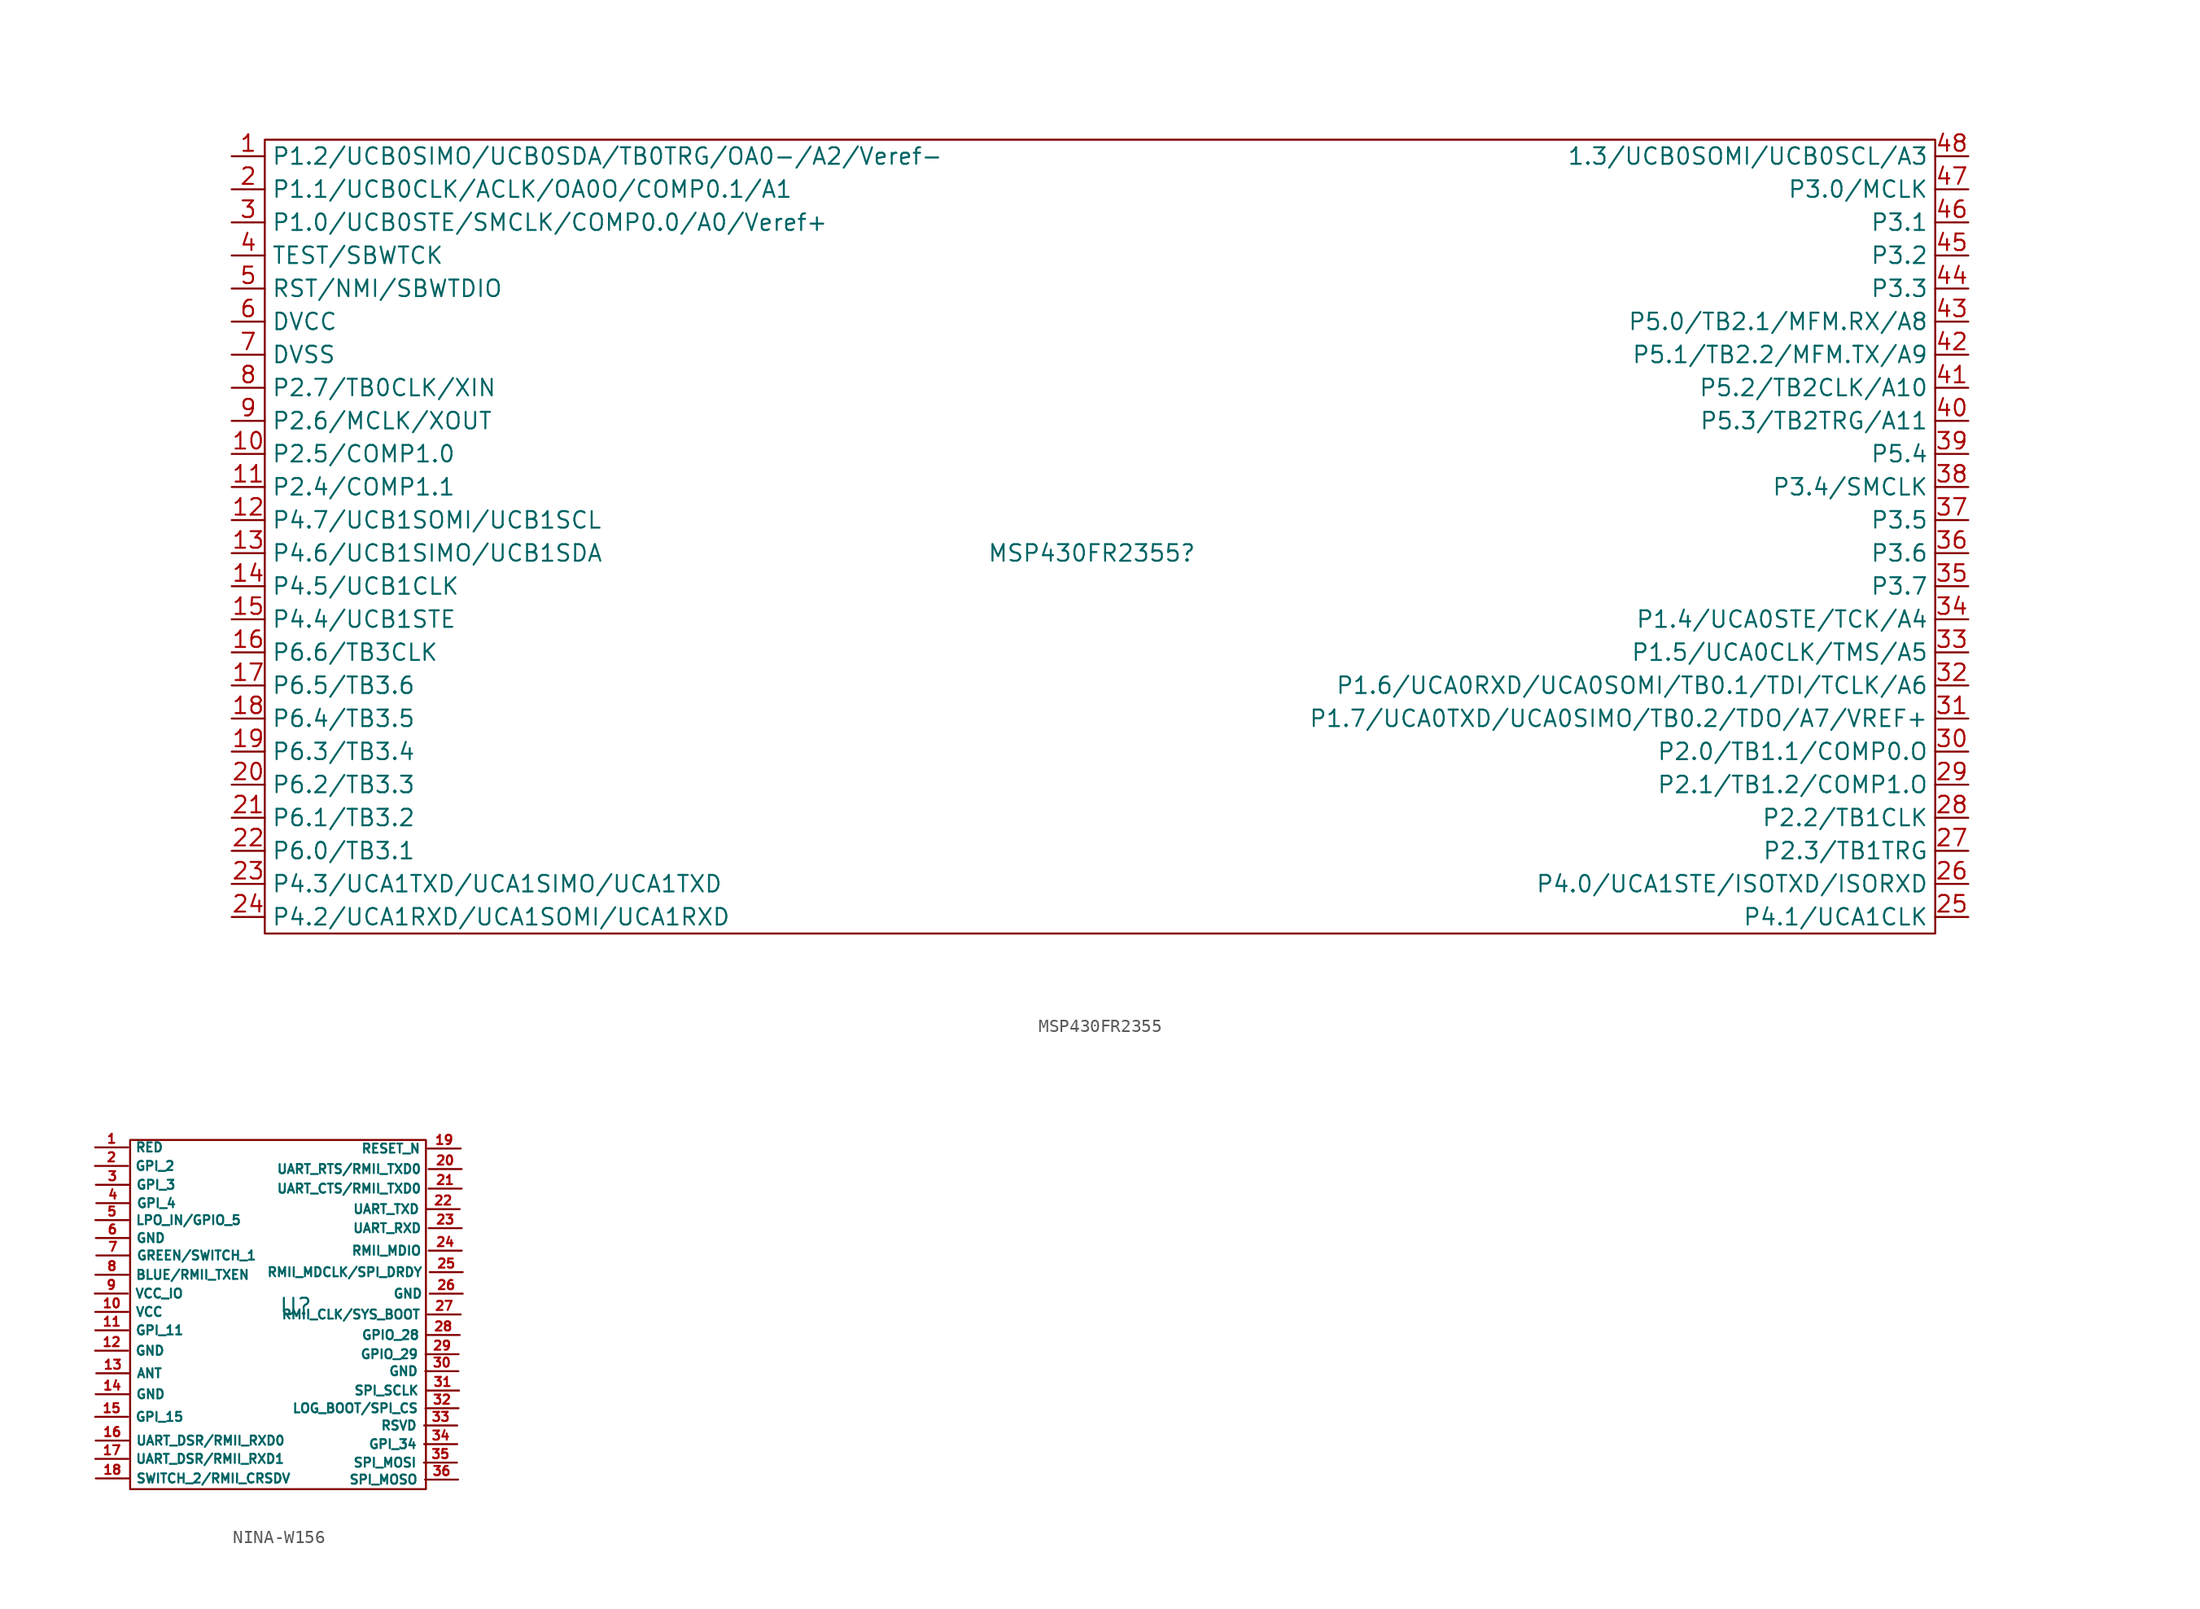
<source format=kicad_sym>
(kicad_symbol_lib
  (version 20220914)
  (generator kicad_symbol_editor)
  (symbol "MSP430FR2355"
    (property "Reference" "MSP430FR2355"
      (at 0 0 0)
      (effects (font (size 1.27 1.27))))
    (property "Value" ""
      (at 0 0 0)
      (effects (font (size 1.27 1.27))))
    (symbol "MSP430FR2355_0_1"
      (rectangle (start -63.5 31.75) (end 64.77 -29.21) (stroke (width 0) (type default)) (fill (type none))))
    (symbol "MSP430FR2355_1_1"
      (pin bidirectional line (at -66.04 30.48 0) (length 2.54) (name "P1.2/UCB0SIMO/UCB0SDA/TB0TRG/OA0-/A2/Veref-" (effects (font (size 1.27 1.27)))) (number "1" (effects (font (size 1.27 1.27)))))
      (pin bidirectional line (at -66.04 7.62 0) (length 2.54) (name "P2.5/COMP1.0" (effects (font (size 1.27 1.27)))) (number "10" (effects (font (size 1.27 1.27)))))
      (pin bidirectional line (at -66.04 5.08 0) (length 2.54) (name "P2.4/COMP1.1" (effects (font (size 1.27 1.27)))) (number "11" (effects (font (size 1.27 1.27)))))
      (pin bidirectional line (at -66.04 2.54 0) (length 2.54) (name "P4.7/UCB1SOMI/UCB1SCL" (effects (font (size 1.27 1.27)))) (number "12" (effects (font (size 1.27 1.27)))))
      (pin bidirectional line (at -66.04 0 0) (length 2.54) (name "P4.6/UCB1SIMO/UCB1SDA" (effects (font (size 1.27 1.27)))) (number "13" (effects (font (size 1.27 1.27)))))
      (pin bidirectional line (at -66.04 -2.54 0) (length 2.54) (name "P4.5/UCB1CLK" (effects (font (size 1.27 1.27)))) (number "14" (effects (font (size 1.27 1.27)))))
      (pin bidirectional line (at -66.04 -5.08 0) (length 2.54) (name "P4.4/UCB1STE" (effects (font (size 1.27 1.27)))) (number "15" (effects (font (size 1.27 1.27)))))
      (pin bidirectional line (at -66.04 -7.62 0) (length 2.54) (name "P6.6/TB3CLK" (effects (font (size 1.27 1.27)))) (number "16" (effects (font (size 1.27 1.27)))))
      (pin bidirectional line (at -66.04 -10.16 0) (length 2.54) (name "P6.5/TB3.6" (effects (font (size 1.27 1.27)))) (number "17" (effects (font (size 1.27 1.27)))))
      (pin bidirectional line (at -66.04 -12.7 0) (length 2.54) (name "P6.4/TB3.5" (effects (font (size 1.27 1.27)))) (number "18" (effects (font (size 1.27 1.27)))))
      (pin bidirectional line (at -66.04 -15.24 0) (length 2.54) (name "P6.3/TB3.4" (effects (font (size 1.27 1.27)))) (number "19" (effects (font (size 1.27 1.27)))))
      (pin bidirectional line (at -66.04 27.94 0) (length 2.54) (name "P1.1/UCB0CLK/ACLK/OA0O/COMP0.1/A1" (effects (font (size 1.27 1.27)))) (number "2" (effects (font (size 1.27 1.27)))))
      (pin bidirectional line (at -66.04 -17.78 0) (length 2.54) (name "P6.2/TB3.3" (effects (font (size 1.27 1.27)))) (number "20" (effects (font (size 1.27 1.27)))))
      (pin bidirectional line (at -66.04 -20.32 0) (length 2.54) (name "P6.1/TB3.2" (effects (font (size 1.27 1.27)))) (number "21" (effects (font (size 1.27 1.27)))))
      (pin bidirectional line (at -66.04 -22.86 0) (length 2.54) (name "P6.0/TB3.1" (effects (font (size 1.27 1.27)))) (number "22" (effects (font (size 1.27 1.27)))))
      (pin bidirectional line (at -66.04 -25.4 0) (length 2.54) (name "P4.3/UCA1TXD/UCA1SIMO/UCA1TXD" (effects (font (size 1.27 1.27)))) (number "23" (effects (font (size 1.27 1.27)))))
      (pin bidirectional line (at -66.04 -27.94 0) (length 2.54) (name "P4.2/UCA1RXD/UCA1SOMI/UCA1RXD" (effects (font (size 1.27 1.27)))) (number "24" (effects (font (size 1.27 1.27)))))
      (pin bidirectional line (at 67.31 -27.94 180) (length 2.54) (name "P4.1/UCA1CLK" (effects (font (size 1.27 1.27)))) (number "25" (effects (font (size 1.27 1.27)))))
      (pin bidirectional line (at 67.31 -25.4 180) (length 2.54) (name "P4.0/UCA1STE/ISOTXD/ISORXD" (effects (font (size 1.27 1.27)))) (number "26" (effects (font (size 1.27 1.27)))))
      (pin bidirectional line (at 67.31 -22.86 180) (length 2.54) (name "P2.3/TB1TRG" (effects (font (size 1.27 1.27)))) (number "27" (effects (font (size 1.27 1.27)))))
      (pin bidirectional line (at 67.31 -20.32 180) (length 2.54) (name "P2.2/TB1CLK" (effects (font (size 1.27 1.27)))) (number "28" (effects (font (size 1.27 1.27)))))
      (pin bidirectional line (at 67.31 -17.78 180) (length 2.54) (name "P2.1/TB1.2/COMP1.O" (effects (font (size 1.27 1.27)))) (number "29" (effects (font (size 1.27 1.27)))))
      (pin bidirectional line (at -66.04 25.4 0) (length 2.54) (name "P1.0/UCB0STE/SMCLK/COMP0.0/A0/Veref+" (effects (font (size 1.27 1.27)))) (number "3" (effects (font (size 1.27 1.27)))))
      (pin bidirectional line (at 67.31 -15.24 180) (length 2.54) (name "P2.0/TB1.1/COMP0.O" (effects (font (size 1.27 1.27)))) (number "30" (effects (font (size 1.27 1.27)))))
      (pin bidirectional line (at 67.31 -12.7 180) (length 2.54) (name "P1.7/UCA0TXD/UCA0SIMO/TB0.2/TDO/A7/VREF+" (effects (font (size 1.27 1.27)))) (number "31" (effects (font (size 1.27 1.27)))))
      (pin bidirectional line (at 67.31 -10.16 180) (length 2.54) (name "P1.6/UCA0RXD/UCA0SOMI/TB0.1/TDI/TCLK/A6" (effects (font (size 1.27 1.27)))) (number "32" (effects (font (size 1.27 1.27)))))
      (pin bidirectional line (at 67.31 -7.62 180) (length 2.54) (name "P1.5/UCA0CLK/TMS/A5" (effects (font (size 1.27 1.27)))) (number "33" (effects (font (size 1.27 1.27)))))
      (pin bidirectional line (at 67.31 -5.08 180) (length 2.54) (name "P1.4/UCA0STE/TCK/A4" (effects (font (size 1.27 1.27)))) (number "34" (effects (font (size 1.27 1.27)))))
      (pin bidirectional line (at 67.31 -2.54 180) (length 2.54) (name "P3.7" (effects (font (size 1.27 1.27)))) (number "35" (effects (font (size 1.27 1.27)))))
      (pin bidirectional line (at 67.31 0 180) (length 2.54) (name "P3.6" (effects (font (size 1.27 1.27)))) (number "36" (effects (font (size 1.27 1.27)))))
      (pin bidirectional line (at 67.31 2.54 180) (length 2.54) (name "P3.5" (effects (font (size 1.27 1.27)))) (number "37" (effects (font (size 1.27 1.27)))))
      (pin bidirectional line (at 67.31 5.08 180) (length 2.54) (name "P3.4/SMCLK" (effects (font (size 1.27 1.27)))) (number "38" (effects (font (size 1.27 1.27)))))
      (pin bidirectional line (at 67.31 7.62 180) (length 2.54) (name "P5.4" (effects (font (size 1.27 1.27)))) (number "39" (effects (font (size 1.27 1.27)))))
      (pin input line (at -66.04 22.86 0) (length 2.54) (name "TEST/SBWTCK" (effects (font (size 1.27 1.27)))) (number "4" (effects (font (size 1.27 1.27)))))
      (pin bidirectional line (at 67.31 10.16 180) (length 2.54) (name "P5.3/TB2TRG/A11" (effects (font (size 1.27 1.27)))) (number "40" (effects (font (size 1.27 1.27)))))
      (pin bidirectional line (at 67.31 12.7 180) (length 2.54) (name "P5.2/TB2CLK/A10" (effects (font (size 1.27 1.27)))) (number "41" (effects (font (size 1.27 1.27)))))
      (pin bidirectional line (at 67.31 15.24 180) (length 2.54) (name "P5.1/TB2.2/MFM.TX/A9" (effects (font (size 1.27 1.27)))) (number "42" (effects (font (size 1.27 1.27)))))
      (pin bidirectional line (at 67.31 17.78 180) (length 2.54) (name "P5.0/TB2.1/MFM.RX/A8" (effects (font (size 1.27 1.27)))) (number "43" (effects (font (size 1.27 1.27)))))
      (pin bidirectional line (at 67.31 20.32 180) (length 2.54) (name "P3.3" (effects (font (size 1.27 1.27)))) (number "44" (effects (font (size 1.27 1.27)))))
      (pin bidirectional line (at 67.31 22.86 180) (length 2.54) (name "P3.2" (effects (font (size 1.27 1.27)))) (number "45" (effects (font (size 1.27 1.27)))))
      (pin bidirectional line (at 67.31 25.4 180) (length 2.54) (name "P3.1" (effects (font (size 1.27 1.27)))) (number "46" (effects (font (size 1.27 1.27)))))
      (pin bidirectional line (at 67.31 27.94 180) (length 2.54) (name "P3.0/MCLK" (effects (font (size 1.27 1.27)))) (number "47" (effects (font (size 1.27 1.27)))))
      (pin bidirectional line (at 67.31 30.48 180) (length 2.54) (name "1.3/UCB0SOMI/UCB0SCL/A3" (effects (font (size 1.27 1.27)))) (number "48" (effects (font (size 1.27 1.27)))))
      (pin bidirectional line (at -66.04 20.32 0) (length 2.54) (name "RST/NMI/SBWTDIO" (effects (font (size 1.27 1.27)))) (number "5" (effects (font (size 1.27 1.27)))))
      (pin power_in line (at -66.04 17.78 0) (length 2.54) (name "DVCC" (effects (font (size 1.27 1.27)))) (number "6" (effects (font (size 1.27 1.27)))))
      (pin power_in line (at -66.04 15.24 0) (length 2.54) (name "DVSS" (effects (font (size 1.27 1.27)))) (number "7" (effects (font (size 1.27 1.27)))))
      (pin bidirectional line (at -66.04 12.7 0) (length 2.54) (name "P2.7/TB0CLK/XIN" (effects (font (size 1.27 1.27)))) (number "8" (effects (font (size 1.27 1.27)))))
      (pin bidirectional line (at -66.04 10.16 0) (length 2.54) (name "P2.6/MCLK/XOUT" (effects (font (size 1.27 1.27)))) (number "9" (effects (font (size 1.27 1.27)))))))
  (symbol "NINA-W156"
    (property "Reference" "U"
      (at 0 0 0)
      (effects (font (size 1.27 1.27))))
    (property "Value" ""
      (at 0 0 0)
      (effects (font (size 1.27 1.27))))
    (property "Footprint" ""
      (at 0 0 0)
      (effects (font (size 1.27 1.27))))
    (symbol "NINA-W156_0_1"
      (rectangle (start -12.719 12.809) (end 10.004 -14.014) (stroke (width 0) (type default)) (fill (type none))))
    (symbol "NINA-W156_1_1"
      (pin output line (at -15.405 12.24 0) (length 2.54) (name "RED" (effects (font (size 0.7 0.7)))) (number "1" (effects (font (size 0.7 0.7)))))
      (pin input line (at -15.395 -0.4 0) (length 2.54) (name "VCC" (effects (font (size 0.7 0.7)))) (number "10" (effects (font (size 0.7 0.7)))))
      (pin input line (at -15.395 -1.812 0) (length 2.54) (name "GPI_11" (effects (font (size 0.7 0.7)))) (number "11" (effects (font (size 0.7 0.7)))))
      (pin unspecified line (at -15.406 -3.377 0) (length 2.54) (name "GND" (effects (font (size 0.7 0.7)))) (number "12" (effects (font (size 0.7 0.7)))))
      (pin bidirectional line (at -15.319 -5.114 0) (length 2.54) (name "ANT" (effects (font (size 0.7 0.7)))) (number "13" (effects (font (size 0.7 0.7)))))
      (pin bidirectional line (at -15.363 -6.722 0) (length 2.54) (name "GND" (effects (font (size 0.7 0.7)))) (number "14" (effects (font (size 0.7 0.7)))))
      (pin input line (at -15.406 -8.459 0) (length 2.54) (name "GPI_15" (effects (font (size 0.7 0.7)))) (number "15" (effects (font (size 0.7 0.7)))))
      (pin bidirectional line (at -15.363 -10.284 0) (length 2.54) (name "UART_DSR/RMII_RXD0" (effects (font (size 0.7 0.7)))) (number "16" (effects (font (size 0.7 0.7)))))
      (pin input line (at -15.39 -11.689 0) (length 2.54) (name "UART_DSR/RMII_RXD1" (effects (font (size 0.7 0.7)))) (number "17" (effects (font (size 0.7 0.7)))))
      (pin input line (at -15.355 -13.19 0) (length 2.54) (name "SWITCH_2/RMII_CRSDV" (effects (font (size 0.7 0.7)))) (number "18" (effects (font (size 0.7 0.7)))))
      (pin input line (at 12.673 12.151 180) (length 2.54) (name "RESET_N" (effects (font (size 0.7 0.7)))) (number "19" (effects (font (size 0.7 0.7)))))
      (pin input line (at -15.421 10.815 0) (length 2.54) (name "GPI_2" (effects (font (size 0.7 0.7)))) (number "2" (effects (font (size 0.7 0.7)))))
      (pin output line (at 12.748 10.575 180) (length 2.54) (name "UART_RTS/RMII_TXD0" (effects (font (size 0.7 0.7)))) (number "20" (effects (font (size 0.7 0.7)))))
      (pin bidirectional line (at 12.748 9.073 180) (length 2.54) (name "UART_CTS/RMII_TXD0" (effects (font (size 0.7 0.7)))) (number "21" (effects (font (size 0.7 0.7)))))
      (pin output line (at 12.598 7.497 180) (length 2.54) (name "UART_TXD" (effects (font (size 0.7 0.7)))) (number "22" (effects (font (size 0.7 0.7)))))
      (pin input line (at 12.756 6.033 180) (length 2.54) (name "UART_RXD" (effects (font (size 0.7 0.7)))) (number "23" (effects (font (size 0.7 0.7)))))
      (pin bidirectional line (at 12.756 4.306 180) (length 2.54) (name "RMII_MDIO" (effects (font (size 0.7 0.7)))) (number "24" (effects (font (size 0.7 0.7)))))
      (pin output line (at 12.831 2.655 180) (length 2.54) (name "RMII_MDCLK/SPI_DRDY" (effects (font (size 0.7 0.7)))) (number "25" (effects (font (size 0.7 0.7)))))
      (pin unspecified line (at 12.831 1.003 180) (length 2.54) (name "GND" (effects (font (size 0.7 0.7)))) (number "26" (effects (font (size 0.7 0.7)))))
      (pin bidirectional line (at 12.674 -0.596 180) (length 2.54) (name "RMII_CLK/SYS_BOOT" (effects (font (size 0.7 0.7)))) (number "27" (effects (font (size 0.7 0.7)))))
      (pin bidirectional line (at 12.599 -2.173 180) (length 2.54) (name "GPIO_28" (effects (font (size 0.7 0.7)))) (number "28" (effects (font (size 0.7 0.7)))))
      (pin bidirectional line (at 12.512 -3.649 180) (length 2.54) (name "GPIO_29" (effects (font (size 0.7 0.7)))) (number "29" (effects (font (size 0.7 0.7)))))
      (pin input line (at -15.349 9.367 0) (length 2.54) (name "GPI_3" (effects (font (size 0.7 0.7)))) (number "3" (effects (font (size 0.7 0.7)))))
      (pin unspecified line (at 12.495 -4.953 180) (length 2.54) (name "GND" (effects (font (size 0.7 0.7)))) (number "30" (effects (font (size 0.7 0.7)))))
      (pin input line (at 12.551 -6.438 180) (length 2.54) (name "SPI_SCLK" (effects (font (size 0.7 0.7)))) (number "31" (effects (font (size 0.7 0.7)))))
      (pin input line (at 12.507 -7.799 180) (length 2.54) (name "LOG_BOOT/SPI_CS" (effects (font (size 0.7 0.7)))) (number "32" (effects (font (size 0.7 0.7)))))
      (pin unspecified line (at 12.408 -9.123 180) (length 2.54) (name "RSVD" (effects (font (size 0.7 0.7)))) (number "33" (effects (font (size 0.7 0.7)))))
      (pin input line (at 12.408 -10.557 180) (length 2.54) (name "GPI_34" (effects (font (size 0.7 0.7)))) (number "34" (effects (font (size 0.7 0.7)))))
      (pin input line (at 12.389 -11.977 180) (length 2.54) (name "SPI_MOSI" (effects (font (size 0.7 0.7)))) (number "35" (effects (font (size 0.7 0.7)))))
      (pin output line (at 12.476 -13.28 180) (length 2.54) (name "SPI_MOSO" (effects (font (size 0.7 0.7)))) (number "36" (effects (font (size 0.7 0.7)))))
      (pin input line (at -15.313 7.955 0) (length 2.54) (name "GPI_4" (effects (font (size 0.7 0.7)))) (number "4" (effects (font (size 0.7 0.7)))))
      (pin bidirectional line (at -15.385 6.652 0) (length 2.54) (name "LPO_IN/GPIO_5" (effects (font (size 0.7 0.7)))) (number "5" (effects (font (size 0.7 0.7)))))
      (pin unspecified line (at -15.349 5.277 0) (length 2.54) (name "GND" (effects (font (size 0.7 0.7)))) (number "6" (effects (font (size 0.7 0.7)))))
      (pin bidirectional line (at -15.313 3.937 0) (length 2.54) (name "GREEN/SWITCH_1" (effects (font (size 0.7 0.7)))) (number "7" (effects (font (size 0.7 0.7)))))
      (pin output line (at -15.385 2.453 0) (length 2.54) (name "BLUE/RMII_TXEN" (effects (font (size 0.7 0.7)))) (number "8" (effects (font (size 0.7 0.7)))))
      (pin input line (at -15.431 1.012 0) (length 2.54) (name "VCC_IO" (effects (font (size 0.7 0.7)))) (number "9" (effects (font (size 0.7 0.7))))))))
</source>
